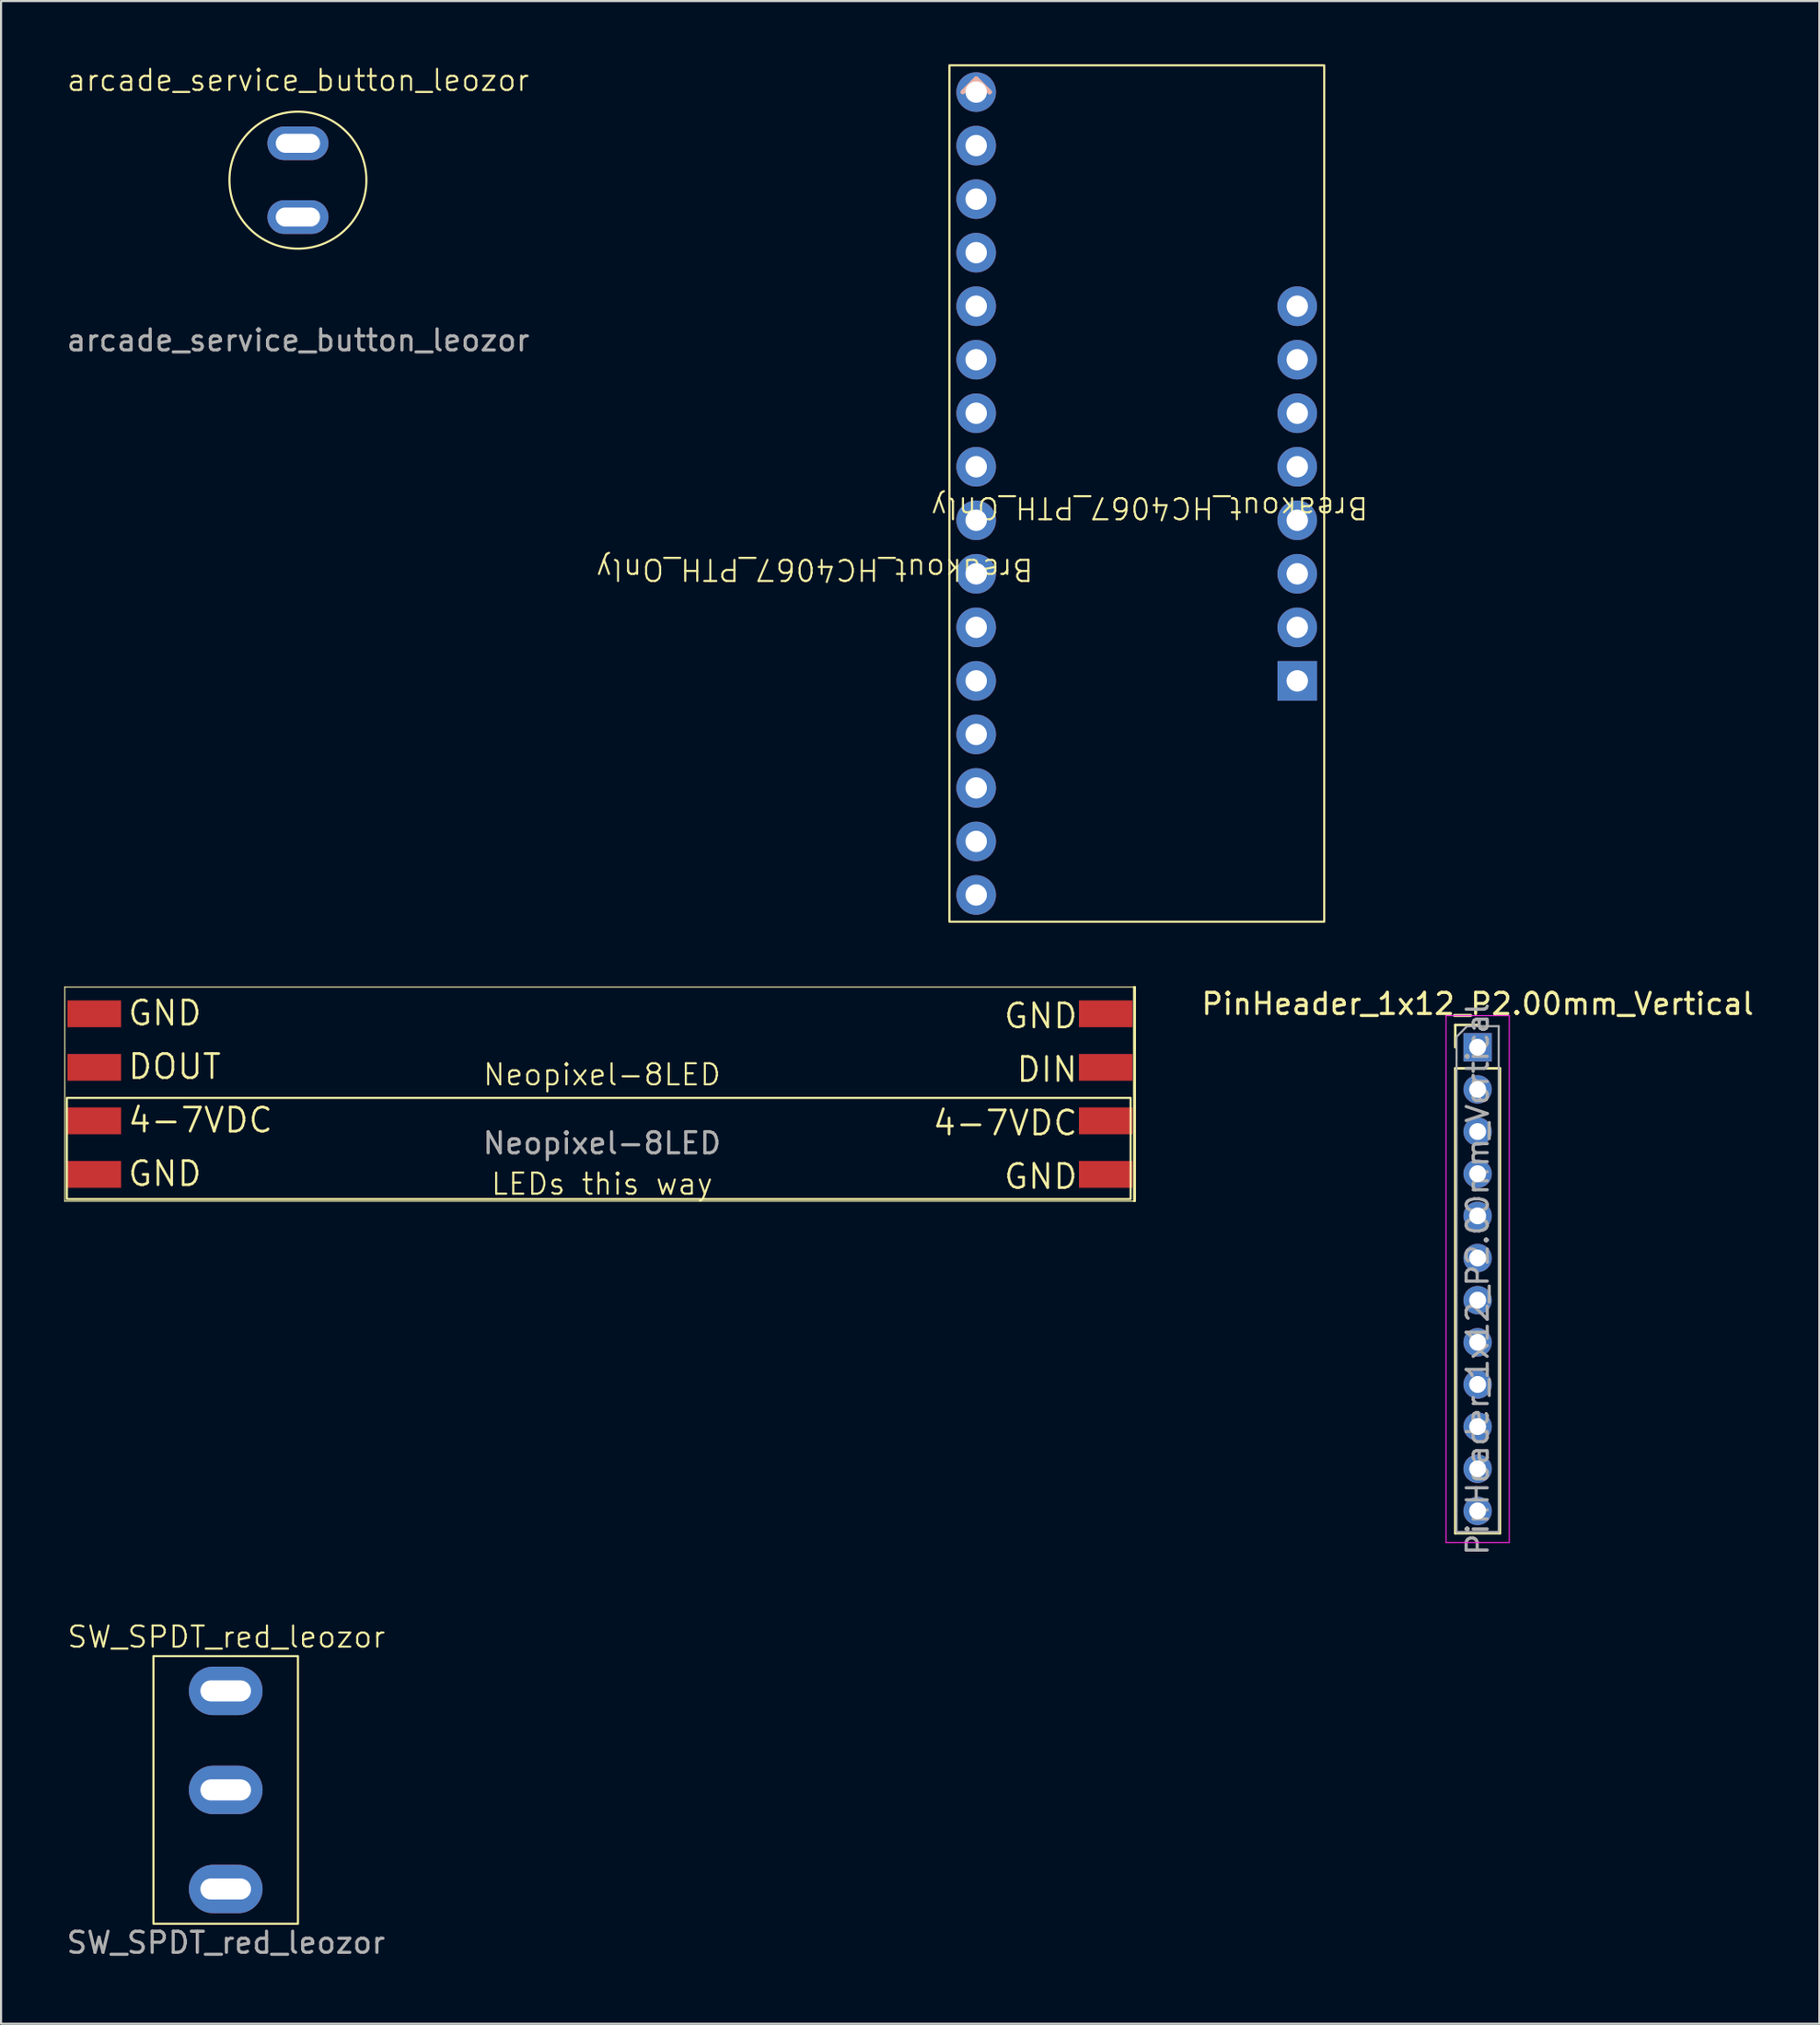
<source format=kicad_pcb>
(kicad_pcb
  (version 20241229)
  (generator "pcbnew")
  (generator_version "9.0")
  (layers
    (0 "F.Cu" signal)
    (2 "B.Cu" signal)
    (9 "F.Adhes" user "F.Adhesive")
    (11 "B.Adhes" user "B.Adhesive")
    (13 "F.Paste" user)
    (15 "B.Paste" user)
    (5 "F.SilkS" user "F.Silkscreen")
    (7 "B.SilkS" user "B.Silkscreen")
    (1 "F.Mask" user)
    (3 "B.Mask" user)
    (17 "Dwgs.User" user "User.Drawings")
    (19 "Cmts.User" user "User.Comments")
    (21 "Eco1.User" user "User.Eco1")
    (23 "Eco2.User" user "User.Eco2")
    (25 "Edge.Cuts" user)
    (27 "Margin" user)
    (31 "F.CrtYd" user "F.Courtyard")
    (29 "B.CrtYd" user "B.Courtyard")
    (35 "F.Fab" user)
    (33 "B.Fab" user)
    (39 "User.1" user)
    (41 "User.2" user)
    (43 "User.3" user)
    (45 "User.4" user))
  (footprint "Neopixel-8LED"
    (layer "F.Cu")
    (at 25.525 48.95)
    (property "Reference" "Neopixel-8LED" (at 0 -1 0) (unlocked yes) (layer "F.SilkS") (effects (font (size 1 1) (thickness 0.1))))
    (attr smd)
    (fp_line (start -25.5 -5.16) (end -25.5 5) (stroke (width 0.05) (type solid)) (layer "F.SilkS"))
    (fp_line (start -25.5 5) (end 25.3 5) (stroke (width 0.05) (type solid)) (layer "F.SilkS"))
    (fp_line (start 25.3 -5.16) (end -25.5 -5.16) (stroke (width 0.05) (type solid)) (layer "F.SilkS"))
    (fp_line (start 25.3 5) (end 25.3 -5.16) (stroke (width 0.05) (type solid)) (layer "F.SilkS"))
    (fp_rect (start -25.4 0.1) (end 25.09 4.9) (stroke (width 0.1) (type default)) (fill no) (layer "F.SilkS"))
    (fp_rect (start 25.255 -5.16) (end 25.29 4.99) (stroke (width 0.1) (type default)) (fill no) (layer "F.SilkS"))
    (fp_text user "GND" (at 19 -3.12 0) (unlocked yes) (layer "F.SilkS") (effects (font (size 1.143 1.143) (thickness 0.127)) (justify left bottom)))
    (fp_text user "LEDs this way" (at 0 4.77 0) (unlocked yes) (layer "F.SilkS") (effects (font (size 1 1) (thickness 0.1)) (justify bottom)))
    (fp_text user "GND" (at -22.576 4.365 0) (unlocked yes) (layer "F.SilkS") (effects (font (size 1.143 1.143) (thickness 0.127)) (justify left bottom)))
    (fp_text user "GND" (at -22.576 -3.255 0) (unlocked yes) (layer "F.SilkS") (effects (font (size 1.143 1.143) (thickness 0.127)) (justify left bottom)))
    (fp_text user "DOUT" (at -22.576 -0.715 0) (unlocked yes) (layer "F.SilkS") (effects (font (size 1.143 1.143) (thickness 0.127)) (justify left bottom)))
    (fp_text user "4-7VDC" (at -22.576 1.825 0) (unlocked yes) (layer "F.SilkS") (effects (font (size 1.143 1.143) (thickness 0.127)) (justify left bottom)))
    (fp_text user "GND" (at 19 4.5 0) (unlocked yes) (layer "F.SilkS") (effects (font (size 1.143 1.143) (thickness 0.127)) (justify left bottom)))
    (fp_text user "4-7VDC" (at 15.625 1.96 0) (unlocked yes) (layer "F.SilkS") (effects (font (size 1.143 1.143) (thickness 0.127)) (justify left bottom)))
    (fp_text user "DIN" (at 19.599 -0.58 0) (unlocked yes) (layer "F.SilkS") (effects (font (size 1.143 1.143) (thickness 0.127)) (justify left bottom)))
    (fp_text user "${REFERENCE}" (at 0 2.25 0) (unlocked yes) (layer "F.Fab") (effects (font (size 1 1) (thickness 0.15))))
    (pad "1" smd rect (at -24.1 -3.89 90) (size 1.27 2.54) (layers "F.Cu" "F.Mask" "F.Paste"))
    (pad "2" smd rect (at -24.1 -1.35 90) (size 1.27 2.54) (layers "F.Cu" "F.Mask" "F.Paste"))
    (pad "3" smd rect (at -24.1 1.19 90) (size 1.27 2.54) (layers "F.Cu" "F.Mask" "F.Paste"))
    (pad "4" smd rect (at -24.1 3.73 90) (size 1.27 2.54) (layers "F.Cu" "F.Mask" "F.Paste"))
    (pad "5" smd rect (at 23.906 -3.89 270) (size 1.27 2.54) (layers "F.Cu" "F.Mask" "F.Paste"))
    (pad "6" smd rect (at 23.906 -1.35 270) (size 1.27 2.54) (layers "F.Cu" "F.Mask" "F.Paste"))
    (pad "7" smd rect (at 23.906 1.19 270) (size 1.27 2.54) (layers "F.Cu" "F.Mask" "F.Paste"))
    (pad "8" smd rect (at 23.906 3.73 270) (size 1.27 2.54) (layers "F.Cu" "F.Mask" "F.Paste")))
  (footprint "PinHeader_1x12_P2.00mm_Vertical"
    (layer "F.Cu")
    (at 67.085 46.648)
    (property "Reference" "PinHeader_1x12_P2.00mm_Vertical" (at 0 -2.06 0) (layer "F.SilkS") (effects (font (size 1 1) (thickness 0.15))))
    (attr through_hole)
    (fp_line (start -1.06 -1.06) (end 0 -1.06) (stroke (width 0.12) (type solid)) (layer "F.SilkS"))
    (fp_line (start -1.06 0) (end -1.06 -1.06) (stroke (width 0.12) (type solid)) (layer "F.SilkS"))
    (fp_line (start -1.06 1) (end -1.06 23.06) (stroke (width 0.12) (type solid)) (layer "F.SilkS"))
    (fp_line (start -1.06 1) (end 1.06 1) (stroke (width 0.12) (type solid)) (layer "F.SilkS"))
    (fp_line (start -1.06 23.06) (end 1.06 23.06) (stroke (width 0.12) (type solid)) (layer "F.SilkS"))
    (fp_line (start 1.06 1) (end 1.06 23.06) (stroke (width 0.12) (type solid)) (layer "F.SilkS"))
    (fp_line (start -1.5 -1.5) (end -1.5 23.5) (stroke (width 0.05) (type solid)) (layer "F.CrtYd"))
    (fp_line (start -1.5 23.5) (end 1.5 23.5) (stroke (width 0.05) (type solid)) (layer "F.CrtYd"))
    (fp_line (start 1.5 -1.5) (end -1.5 -1.5) (stroke (width 0.05) (type solid)) (layer "F.CrtYd"))
    (fp_line (start 1.5 23.5) (end 1.5 -1.5) (stroke (width 0.05) (type solid)) (layer "F.CrtYd"))
    (fp_line (start -1 -0.5) (end -0.5 -1) (stroke (width 0.1) (type solid)) (layer "F.Fab"))
    (fp_line (start -1 23) (end -1 -0.5) (stroke (width 0.1) (type solid)) (layer "F.Fab"))
    (fp_line (start -0.5 -1) (end 1 -1) (stroke (width 0.1) (type solid)) (layer "F.Fab"))
    (fp_line (start 1 -1) (end 1 23) (stroke (width 0.1) (type solid)) (layer "F.Fab"))
    (fp_line (start 1 23) (end -1 23) (stroke (width 0.1) (type solid)) (layer "F.Fab"))
    (fp_text user "${REFERENCE}" (at 0 11 90) (layer "F.Fab") (effects (font (size 1 1) (thickness 0.15))))
    (pad "1" thru_hole rect (at 0 0 180) (size 1.35 1.35) (drill 0.8) (layers "*.Cu" "*.Mask"))
    (pad "2" thru_hole oval (at 0 2 180) (size 1.35 1.35) (drill 0.8) (layers "*.Cu" "*.Mask"))
    (pad "3" thru_hole oval (at 0 4 180) (size 1.35 1.35) (drill 0.8) (layers "*.Cu" "*.Mask"))
    (pad "4" thru_hole oval (at 0 6 180) (size 1.35 1.35) (drill 0.8) (layers "*.Cu" "*.Mask"))
    (pad "5" thru_hole oval (at 0 8 180) (size 1.35 1.35) (drill 0.8) (layers "*.Cu" "*.Mask"))
    (pad "6" thru_hole oval (at 0 10 180) (size 1.35 1.35) (drill 0.8) (layers "*.Cu" "*.Mask"))
    (pad "7" thru_hole oval (at 0 12 180) (size 1.35 1.35) (drill 0.8) (layers "*.Cu" "*.Mask"))
    (pad "8" thru_hole oval (at 0 14 180) (size 1.35 1.35) (drill 0.8) (layers "*.Cu" "*.Mask"))
    (pad "9" thru_hole oval (at 0 16 180) (size 1.35 1.35) (drill 0.8) (layers "*.Cu" "*.Mask"))
    (pad "10" thru_hole oval (at 0 18 180) (size 1.35 1.35) (drill 0.8) (layers "*.Cu" "*.Mask"))
    (pad "11" thru_hole oval (at 0 20 180) (size 1.35 1.35) (drill 0.8) (layers "*.Cu" "*.Mask"))
    (pad "12" thru_hole oval (at 0 22 180) (size 1.35 1.35) (drill 0.8) (layers "*.Cu" "*.Mask")))
  (footprint "SW_SPDT_red_leozor"
    (layer "F.Cu")
    (at 4.233 75.539)
    (property "Reference" "SW_SPDT_red_leozor" (at 3.46 -0.91 0) (unlocked yes) (layer "F.SilkS") (effects (font (size 1 1) (thickness 0.1))))
    (attr through_hole)
    (fp_rect (start 0 0) (end 6.86 12.7) (stroke (width 0.1) (type default)) (fill no) (layer "F.SilkS"))
    (fp_text user "${REFERENCE}" (at 3.44 13.6 0) (unlocked yes) (layer "F.Fab") (effects (font (size 1 1) (thickness 0.15))))
    (pad "1" thru_hole oval (at 3.43 11.05) (size 3.5 2.3) (drill oval 2.4 1) (layers "*.Cu" "*.Mask"))
    (pad "2" thru_hole oval (at 3.43 6.35) (size 3.5 2.3) (drill oval 2.4 1) (layers "*.Cu" "*.Mask"))
    (pad "3" thru_hole oval (at 3.43 1.65) (size 3.5 2.3) (drill oval 2.4 1) (layers "*.Cu" "*.Mask")))
  (footprint "arcade_service_button_leozor"
    (layer "F.Cu")
    (at 11.091 5.5)
    (property "Reference" "arcade_service_button_leozor" (at 0.01 -4.74 0) (unlocked yes) (layer "F.SilkS") (effects (font (size 1 1) (thickness 0.1))))
    (attr through_hole)
    (fp_circle (center 0 0) (end 3.25 0) (stroke (width 0.1) (type default)) (fill no) (layer "F.SilkS"))
    (fp_text user "${REFERENCE}" (at 0.01 7.6 0) (unlocked yes) (layer "F.Fab") (effects (font (size 1 1) (thickness 0.15))))
    (pad "1" thru_hole oval (at 0 1.75) (size 2.9 1.6) (drill oval 2.1 0.9) (layers "*.Cu" "*.Mask"))
    (pad "2" thru_hole oval (at 0 -1.75) (size 2.9 1.6) (drill oval 2.1 0.9) (layers "*.Cu" "*.Mask")))
  (footprint "Breakout_HC4067_PTH_Only"
    (layer "F.Cu")
    (at 51.514 20.05)
    (property "Reference" "Breakout_HC4067_PTH_Only" (at 0 1 180) (unlocked yes) (layer "F.SilkS") (effects (font (size 1 1) (thickness 0.1))))
    (attr smd)
    (fp_rect (start -9.5 -20) (end 8.29 20.64) (stroke (width 0.1) (type default)) (fill no) (layer "F.SilkS"))
    (fp_line (start -8.23 -19.365) (end -8.865 -18.73) (stroke (width 0.203) (type solid)) (layer "B.SilkS"))
    (fp_line (start -8.23 -19.365) (end -8.865 -18.73) (stroke (width 0.203) (type solid)) (layer "B.SilkS"))
    (fp_line (start -7.595 -18.73) (end -8.23 -19.365) (stroke (width 0.203) (type solid)) (layer "B.SilkS"))
    (fp_line (start -7.595 -18.73) (end -8.23 -19.365) (stroke (width 0.203) (type solid)) (layer "B.SilkS"))
    (fp_line (start -7.595 -18.73) (end -8.23 -19.365) (stroke (width 0.203) (type solid)) (layer "B.SilkS"))
    (fp_line (start -7.595 -18.73) (end -8.23 -19.365) (stroke (width 0.203) (type solid)) (layer "B.SilkS"))
    (fp_text user "${REFERENCE}" (at -5.45 3.34 180) (unlocked yes) (layer "F.SilkS") (effects (font (size 1 1) (thickness 0.1)) (justify left bottom)))
    (pad "1" thru_hole circle (at 7.01 -8.57 180) (size 1.88 1.88) (drill 1.016) (layers "*.Cu" "*.Mask"))
    (pad "2" thru_hole circle (at -8.23 1.59 180) (size 1.88 1.88) (drill 1.016) (layers "*.Cu" "*.Mask"))
    (pad "3" thru_hole circle (at -8.23 4.13 180) (size 1.88 1.88) (drill 1.016) (layers "*.Cu" "*.Mask"))
    (pad "4" thru_hole circle (at -8.23 6.67 180) (size 1.88 1.88) (drill 1.016) (layers "*.Cu" "*.Mask"))
    (pad "5" thru_hole circle (at -8.23 9.21 180) (size 1.88 1.88) (drill 1.016) (layers "*.Cu" "*.Mask"))
    (pad "6" thru_hole circle (at -8.23 11.75 180) (size 1.88 1.88) (drill 1.016) (layers "*.Cu" "*.Mask"))
    (pad "7" thru_hole circle (at -8.23 14.29 180) (size 1.88 1.88) (drill 1.016) (layers "*.Cu" "*.Mask"))
    (pad "8" thru_hole circle (at -8.23 16.83 180) (size 1.88 1.88) (drill 1.016) (layers "*.Cu" "*.Mask"))
    (pad "9" thru_hole circle (at -8.23 19.37 180) (size 1.88 1.88) (drill 1.016) (layers "*.Cu" "*.Mask"))
    (pad "10" thru_hole circle (at 7.01 1.59 180) (size 1.88 1.88) (drill 1.016) (layers "*.Cu" "*.Mask"))
    (pad "11" thru_hole circle (at 7.01 -0.95 180) (size 1.88 1.88) (drill 1.016) (layers "*.Cu" "*.Mask"))
    (pad "12" thru_hole rect (at 7.01 9.21 180) (size 1.88 1.88) (drill 1.016) (layers "*.Cu" "*.Mask"))
    (pad "13" thru_hole circle (at 7.01 -6.03 180) (size 1.88 1.88) (drill 1.016) (layers "*.Cu" "*.Mask"))
    (pad "14" thru_hole circle (at 7.01 -3.49 180) (size 1.88 1.88) (drill 1.016) (layers "*.Cu" "*.Mask"))
    (pad "15" thru_hole circle (at 7.01 4.13 180) (size 1.88 1.88) (drill 1.016) (layers "*.Cu" "*.Mask"))
    (pad "16" thru_hole circle (at -8.23 -18.73 180) (size 1.88 1.88) (drill 1.016) (layers "*.Cu" "*.Mask"))
    (pad "17" thru_hole circle (at -8.23 -16.19 180) (size 1.88 1.88) (drill 1.016) (layers "*.Cu" "*.Mask"))
    (pad "18" thru_hole circle (at -8.23 -13.65 180) (size 1.88 1.88) (drill 1.016) (layers "*.Cu" "*.Mask"))
    (pad "19" thru_hole circle (at -8.23 -11.11 180) (size 1.88 1.88) (drill 1.016) (layers "*.Cu" "*.Mask"))
    (pad "20" thru_hole circle (at -8.23 -8.57 180) (size 1.88 1.88) (drill 1.016) (layers "*.Cu" "*.Mask"))
    (pad "21" thru_hole circle (at -8.23 -6.03 180) (size 1.88 1.88) (drill 1.016) (layers "*.Cu" "*.Mask"))
    (pad "22" thru_hole circle (at -8.23 -3.49 180) (size 1.88 1.88) (drill 1.016) (layers "*.Cu" "*.Mask"))
    (pad "23" thru_hole circle (at -8.23 -0.95 180) (size 1.88 1.88) (drill 1.016) (layers "*.Cu" "*.Mask"))
    (pad "24" thru_hole circle (at 7.01 6.67 180) (size 1.88 1.88) (drill 1.016) (layers "*.Cu" "*.Mask")))
  (gr_rect
    (start -3 -3)
    (end 83.305 92.987)
    (stroke (width 0.1) (type default))
    (fill no)
    (layer "Edge.Cuts")))
</source>
